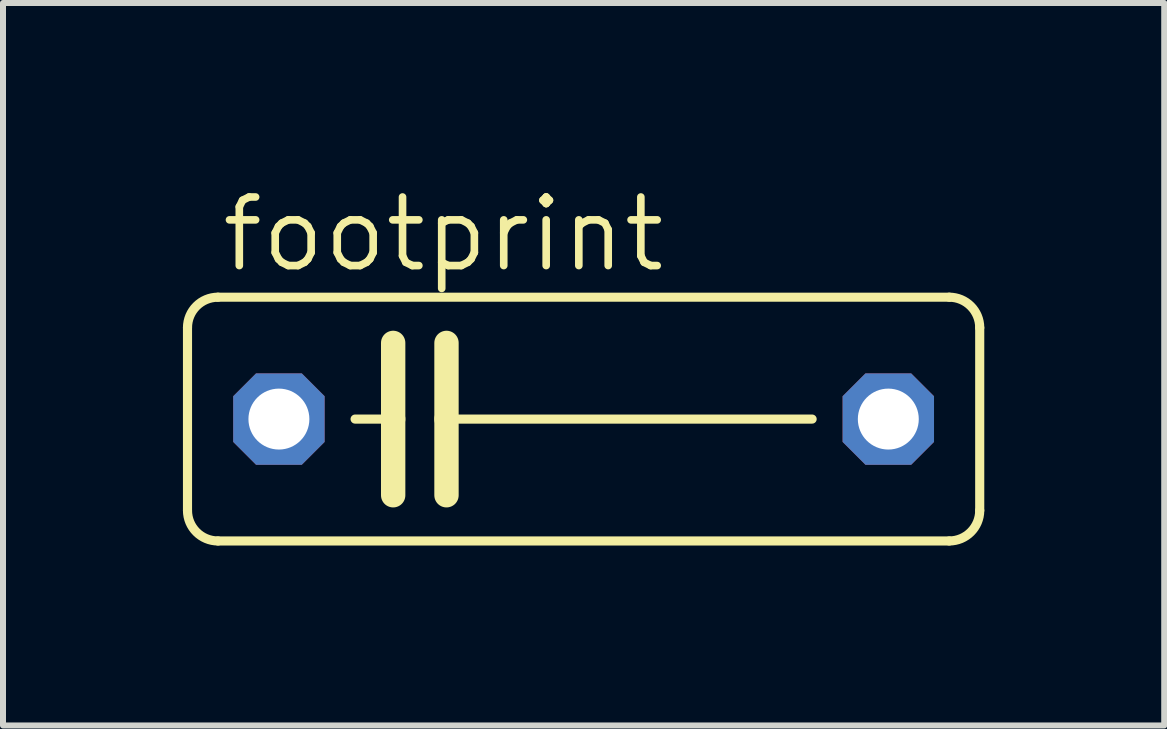
<source format=kicad_pcb>
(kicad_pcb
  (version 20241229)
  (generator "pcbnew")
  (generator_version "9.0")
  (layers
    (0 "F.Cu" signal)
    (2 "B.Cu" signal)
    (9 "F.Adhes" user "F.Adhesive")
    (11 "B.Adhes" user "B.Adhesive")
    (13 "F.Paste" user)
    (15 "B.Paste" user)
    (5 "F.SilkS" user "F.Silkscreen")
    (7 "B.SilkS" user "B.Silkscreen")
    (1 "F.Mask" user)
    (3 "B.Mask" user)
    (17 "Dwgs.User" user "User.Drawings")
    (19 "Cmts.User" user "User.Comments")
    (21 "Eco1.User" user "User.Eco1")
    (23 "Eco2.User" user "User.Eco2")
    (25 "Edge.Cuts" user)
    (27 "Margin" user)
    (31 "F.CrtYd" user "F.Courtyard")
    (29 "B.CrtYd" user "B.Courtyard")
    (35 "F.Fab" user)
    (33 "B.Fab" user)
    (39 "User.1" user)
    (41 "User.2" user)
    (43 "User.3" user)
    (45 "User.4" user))
  (footprint "footprint"
    (layer "F.Cu")
    (at 6.68 3.937)
    (property "Reference" "footprint" (at -6.096 -2.413 0) (layer "F.SilkS") (effects (font (size 1.143 1.143) (thickness 0.127)) (justify left bottom)))
    (fp_line (start -6.604 1.524) (end -6.604 -1.524) (stroke (width 0.152) (type solid)) (layer "F.SilkS"))
    (fp_line (start -6.096 -2.032) (end 6.096 -2.032) (stroke (width 0.152) (type solid)) (layer "F.SilkS"))
    (fp_line (start -3.81 0) (end -3.175 0) (stroke (width 0.152) (type solid)) (layer "F.SilkS"))
    (fp_line (start -3.175 -1.27) (end -3.175 0) (stroke (width 0.406) (type solid)) (layer "F.SilkS"))
    (fp_line (start -3.175 0) (end -3.175 1.27) (stroke (width 0.406) (type solid)) (layer "F.SilkS"))
    (fp_line (start -2.286 -1.27) (end -2.286 0) (stroke (width 0.406) (type solid)) (layer "F.SilkS"))
    (fp_line (start -2.286 0) (end -2.286 1.27) (stroke (width 0.406) (type solid)) (layer "F.SilkS"))
    (fp_line (start 3.81 0) (end -2.286 0) (stroke (width 0.152) (type solid)) (layer "F.SilkS"))
    (fp_line (start 6.096 2.032) (end -6.096 2.032) (stroke (width 0.152) (type solid)) (layer "F.SilkS"))
    (fp_line (start 6.604 -1.524) (end 6.604 1.524) (stroke (width 0.152) (type solid)) (layer "F.SilkS"))
    (fp_arc (start -6.604 -1.524) (mid -6.45521 -1.88321) (end -6.096 -2.032) (stroke (width 0.1524) (type solid)) (layer "F.SilkS"))
    (fp_arc (start -6.096 2.032) (mid -6.45521 1.88321) (end -6.604 1.524) (stroke (width 0.1524) (type solid)) (layer "F.SilkS"))
    (fp_arc (start 6.096 -2.032) (mid 6.45521 -1.88321) (end 6.604 -1.524) (stroke (width 0.1524) (type solid)) (layer "F.SilkS"))
    (fp_arc (start 6.604 1.524) (mid 6.45521 1.88321) (end 6.096 2.032) (stroke (width 0.1524) (type solid)) (layer "F.SilkS"))
    (pad "1" thru_hole roundrect (at -5.08 0) (size 1.524 1.524) (drill 1.016) (layers "*.Cu" "*.Mask") (roundrect_rratio 0.25) (chamfer_ratio 0.25) (chamfer top_left top_right bottom_left bottom_right))
    (pad "2" thru_hole roundrect (at 5.08 0) (size 1.524 1.524) (drill 1.016) (layers "*.Cu" "*.Mask") (roundrect_rratio 0.25) (chamfer_ratio 0.25) (chamfer top_left top_right bottom_left bottom_right)))
  (gr_rect
    (start -3 -3)
    (end 16.36 9.045)
    (stroke (width 0.1) (type default))
    (fill no)
    (layer "Edge.Cuts")))
</source>
